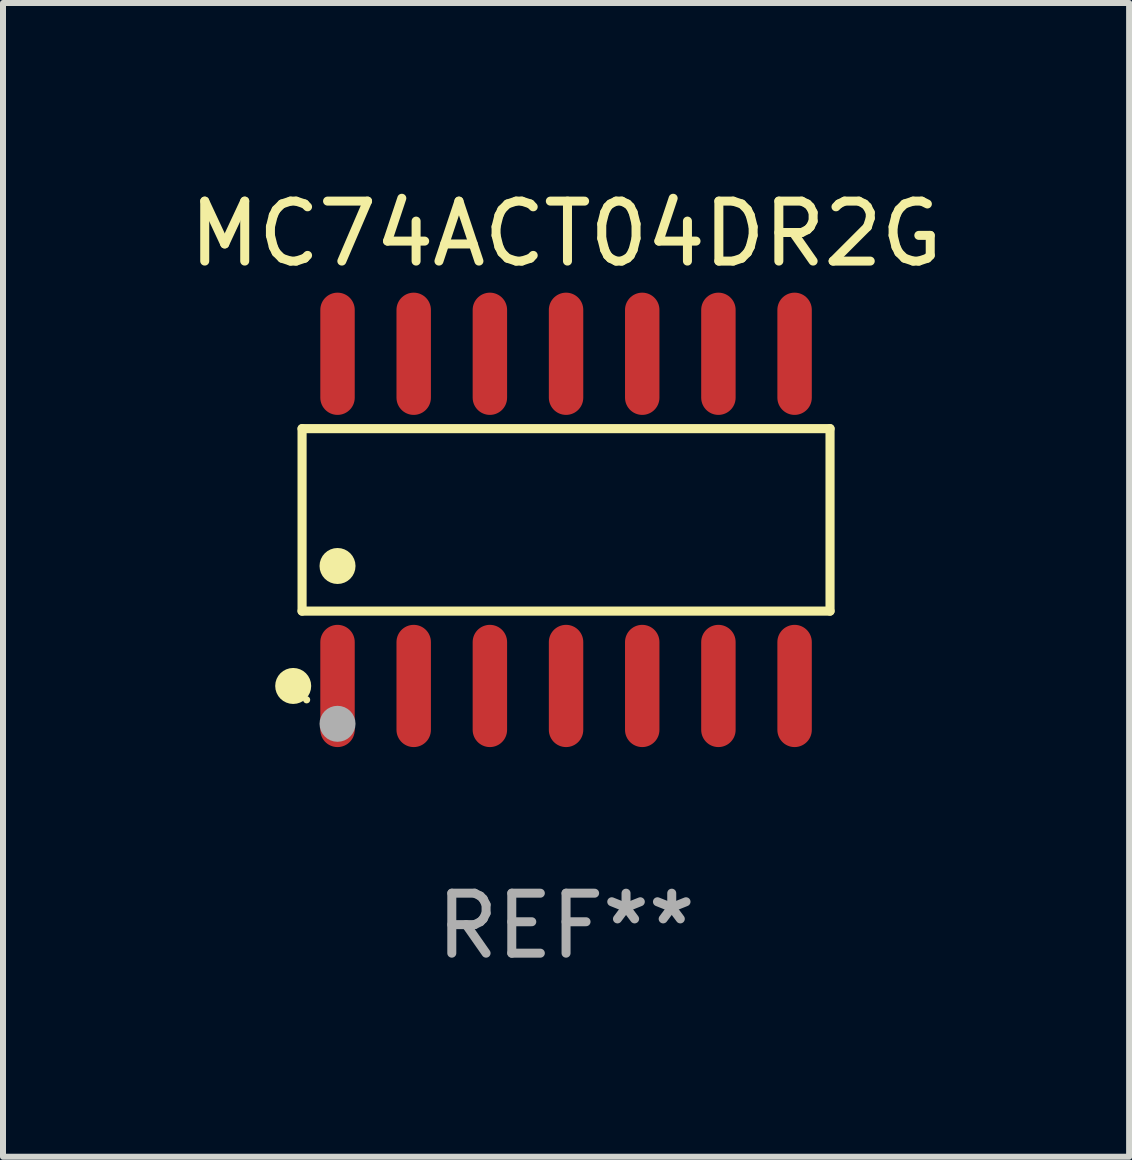
<source format=kicad_pcb>
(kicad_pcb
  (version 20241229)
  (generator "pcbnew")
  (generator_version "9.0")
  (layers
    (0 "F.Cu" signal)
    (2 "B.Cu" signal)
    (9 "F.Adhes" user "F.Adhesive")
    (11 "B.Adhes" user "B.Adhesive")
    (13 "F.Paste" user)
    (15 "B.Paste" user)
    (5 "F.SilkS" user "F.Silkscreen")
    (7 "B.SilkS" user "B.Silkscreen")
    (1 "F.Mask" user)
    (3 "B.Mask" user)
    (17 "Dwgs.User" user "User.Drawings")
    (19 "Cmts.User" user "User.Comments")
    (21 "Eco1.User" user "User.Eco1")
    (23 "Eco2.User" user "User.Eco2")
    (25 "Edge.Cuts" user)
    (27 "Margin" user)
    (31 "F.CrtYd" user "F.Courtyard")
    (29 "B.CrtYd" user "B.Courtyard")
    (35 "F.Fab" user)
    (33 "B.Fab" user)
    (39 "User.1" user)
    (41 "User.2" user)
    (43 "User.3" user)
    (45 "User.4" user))
  (footprint "MC74ACT04DR2G"
    (layer "F.Cu")
    (at 6.387 5.617)
    (property "Reference" "MC74ACT04DR2G" (at 0 -4.769 0) (layer "F.SilkS") (effects (font (size 1 1) (thickness 0.15))))
    (attr through_hole)
    (fp_line (start -4.401 -1.521) (end 4.401 -1.521) (stroke (width 0.152) (type solid)) (layer "F.SilkS"))
    (fp_line (start -4.401 1.521) (end -4.401 -1.521) (stroke (width 0.152) (type solid)) (layer "F.SilkS"))
    (fp_line (start 4.401 -1.521) (end 4.401 1.521) (stroke (width 0.152) (type solid)) (layer "F.SilkS"))
    (fp_line (start 4.401 1.521) (end -4.401 1.521) (stroke (width 0.152) (type solid)) (layer "F.SilkS"))
    (fp_circle (center -4.549 2.769) (end -4.399 2.769) (stroke (width 0.3) (type solid)) (fill no) (layer "F.SilkS"))
    (fp_circle (center -4.325 3) (end -4.295 3) (stroke (width 0.06) (type solid)) (fill no) (layer "F.SilkS"))
    (fp_circle (center -3.81 0.769) (end -3.66 0.769) (stroke (width 0.3) (type solid)) (fill no) (layer "F.SilkS"))
    (fp_circle (center -3.81 3.4) (end -3.66 3.4) (stroke (width 0.3) (type solid)) (fill no) (layer "F.Fab"))
    (fp_text user "REF**" (at 0 6.769 0) (layer "F.Fab") (effects (font (size 1 1) (thickness 0.15))))
    (pad "1" smd oval (at -3.81 2.769) (size 0.574 2.038) (layers "F.Cu" "F.Mask" "F.Paste"))
    (pad "2" smd oval (at -2.54 2.769) (size 0.574 2.038) (layers "F.Cu" "F.Mask" "F.Paste"))
    (pad "3" smd oval (at -1.27 2.769) (size 0.574 2.038) (layers "F.Cu" "F.Mask" "F.Paste"))
    (pad "4" smd oval (at 0 2.769) (size 0.574 2.038) (layers "F.Cu" "F.Mask" "F.Paste"))
    (pad "5" smd oval (at 1.27 2.769) (size 0.574 2.038) (layers "F.Cu" "F.Mask" "F.Paste"))
    (pad "6" smd oval (at 2.54 2.769) (size 0.574 2.038) (layers "F.Cu" "F.Mask" "F.Paste"))
    (pad "7" smd oval (at 3.81 2.769) (size 0.574 2.038) (layers "F.Cu" "F.Mask" "F.Paste"))
    (pad "8" smd oval (at 3.81 -2.769) (size 0.574 2.038) (layers "F.Cu" "F.Mask" "F.Paste"))
    (pad "9" smd oval (at 2.54 -2.769) (size 0.574 2.038) (layers "F.Cu" "F.Mask" "F.Paste"))
    (pad "10" smd oval (at 1.27 -2.769) (size 0.574 2.038) (layers "F.Cu" "F.Mask" "F.Paste"))
    (pad "11" smd oval (at 0 -2.769) (size 0.574 2.038) (layers "F.Cu" "F.Mask" "F.Paste"))
    (pad "12" smd oval (at -1.27 -2.769) (size 0.574 2.038) (layers "F.Cu" "F.Mask" "F.Paste"))
    (pad "13" smd oval (at -2.54 -2.769) (size 0.574 2.038) (layers "F.Cu" "F.Mask" "F.Paste"))
    (pad "14" smd oval (at -3.81 -2.769) (size 0.574 2.038) (layers "F.Cu" "F.Mask" "F.Paste")))
  (gr_rect
    (start -3 -3)
    (end 15.774 16.235)
    (stroke (width 0.1) (type default))
    (fill no)
    (layer "Edge.Cuts")))
</source>
